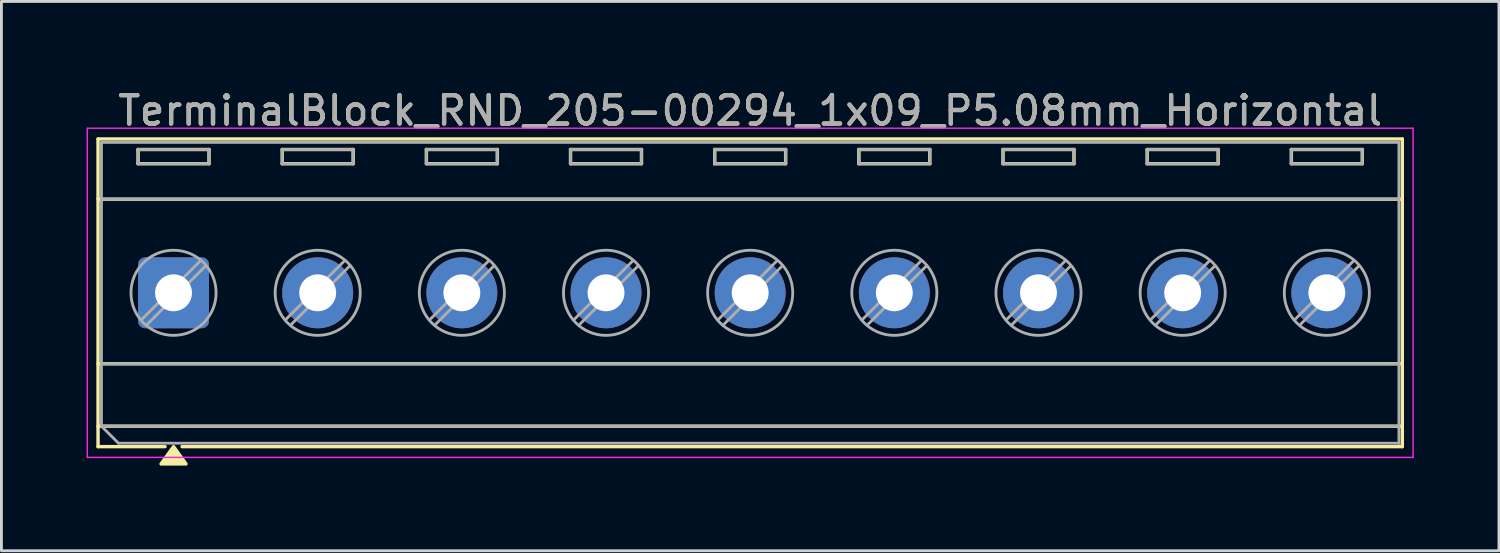
<source format=kicad_pcb>
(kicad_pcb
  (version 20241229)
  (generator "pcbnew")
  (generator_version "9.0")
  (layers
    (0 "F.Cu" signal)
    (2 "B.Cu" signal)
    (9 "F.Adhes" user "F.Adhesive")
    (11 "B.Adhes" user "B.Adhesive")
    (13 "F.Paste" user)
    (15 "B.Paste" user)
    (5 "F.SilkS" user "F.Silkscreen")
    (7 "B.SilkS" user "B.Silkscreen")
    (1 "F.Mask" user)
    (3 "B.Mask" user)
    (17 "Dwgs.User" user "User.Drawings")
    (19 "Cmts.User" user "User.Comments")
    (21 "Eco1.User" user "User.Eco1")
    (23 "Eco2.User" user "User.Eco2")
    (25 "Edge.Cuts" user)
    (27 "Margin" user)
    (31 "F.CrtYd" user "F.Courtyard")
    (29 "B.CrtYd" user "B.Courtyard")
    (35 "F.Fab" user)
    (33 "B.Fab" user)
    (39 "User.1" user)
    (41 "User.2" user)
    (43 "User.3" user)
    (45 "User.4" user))
  (footprint "TerminalBlock_RND_205-00294_1x09_P5.08mm_Horizontal"
    (layer "F.Cu")
    (at 3.065 7.268)
    (property "Reference" "TerminalBlock_RND_205-00294_1x09_P5.08mm_Horizontal" (at 20.32 -6.42 0) (layer "F.SilkS") (effects (font (size 1 1) (thickness 0.15))))
    (attr through_hole)
    (fp_line (start -2.66 -5.42) (end 43.3 -5.42) (stroke (width 0.12) (type solid)) (layer "F.SilkS"))
    (fp_line (start -2.66 -3.3) (end 43.3 -3.3) (stroke (width 0.12) (type solid)) (layer "F.SilkS"))
    (fp_line (start -2.66 2.5) (end 43.3 2.5) (stroke (width 0.12) (type solid)) (layer "F.SilkS"))
    (fp_line (start -2.66 4.7) (end 43.3 4.7) (stroke (width 0.12) (type solid)) (layer "F.SilkS"))
    (fp_line (start -2.66 5.42) (end -2.66 -5.42) (stroke (width 0.12) (type solid)) (layer "F.SilkS"))
    (fp_line (start -1.25 -5.05) (end 1.25 -5.05) (stroke (width 0.12) (type solid)) (layer "F.SilkS"))
    (fp_line (start -1.25 -4.55) (end -1.25 -5.05) (stroke (width 0.12) (type solid)) (layer "F.SilkS"))
    (fp_line (start -0.3 5.42) (end -2.66 5.42) (stroke (width 0.12) (type solid)) (layer "F.SilkS"))
    (fp_line (start 1.25 -5.05) (end 1.25 -4.55) (stroke (width 0.12) (type solid)) (layer "F.SilkS"))
    (fp_line (start 1.25 -4.55) (end -1.25 -4.55) (stroke (width 0.12) (type solid)) (layer "F.SilkS"))
    (fp_line (start 3.83 -5.05) (end 6.33 -5.05) (stroke (width 0.12) (type solid)) (layer "F.SilkS"))
    (fp_line (start 3.83 -4.55) (end 3.83 -5.05) (stroke (width 0.12) (type solid)) (layer "F.SilkS"))
    (fp_line (start 6.33 -5.05) (end 6.33 -4.55) (stroke (width 0.12) (type solid)) (layer "F.SilkS"))
    (fp_line (start 6.33 -4.55) (end 3.83 -4.55) (stroke (width 0.12) (type solid)) (layer "F.SilkS"))
    (fp_line (start 8.91 -5.05) (end 11.41 -5.05) (stroke (width 0.12) (type solid)) (layer "F.SilkS"))
    (fp_line (start 8.91 -4.55) (end 8.91 -5.05) (stroke (width 0.12) (type solid)) (layer "F.SilkS"))
    (fp_line (start 11.41 -5.05) (end 11.41 -4.55) (stroke (width 0.12) (type solid)) (layer "F.SilkS"))
    (fp_line (start 11.41 -4.55) (end 8.91 -4.55) (stroke (width 0.12) (type solid)) (layer "F.SilkS"))
    (fp_line (start 13.99 -5.05) (end 16.49 -5.05) (stroke (width 0.12) (type solid)) (layer "F.SilkS"))
    (fp_line (start 13.99 -4.55) (end 13.99 -5.05) (stroke (width 0.12) (type solid)) (layer "F.SilkS"))
    (fp_line (start 16.49 -5.05) (end 16.49 -4.55) (stroke (width 0.12) (type solid)) (layer "F.SilkS"))
    (fp_line (start 16.49 -4.55) (end 13.99 -4.55) (stroke (width 0.12) (type solid)) (layer "F.SilkS"))
    (fp_line (start 19.07 -5.05) (end 21.57 -5.05) (stroke (width 0.12) (type solid)) (layer "F.SilkS"))
    (fp_line (start 19.07 -4.55) (end 19.07 -5.05) (stroke (width 0.12) (type solid)) (layer "F.SilkS"))
    (fp_line (start 21.57 -5.05) (end 21.57 -4.55) (stroke (width 0.12) (type solid)) (layer "F.SilkS"))
    (fp_line (start 21.57 -4.55) (end 19.07 -4.55) (stroke (width 0.12) (type solid)) (layer "F.SilkS"))
    (fp_line (start 24.15 -5.05) (end 26.65 -5.05) (stroke (width 0.12) (type solid)) (layer "F.SilkS"))
    (fp_line (start 24.15 -4.55) (end 24.15 -5.05) (stroke (width 0.12) (type solid)) (layer "F.SilkS"))
    (fp_line (start 26.65 -5.05) (end 26.65 -4.55) (stroke (width 0.12) (type solid)) (layer "F.SilkS"))
    (fp_line (start 26.65 -4.55) (end 24.15 -4.55) (stroke (width 0.12) (type solid)) (layer "F.SilkS"))
    (fp_line (start 29.23 -5.05) (end 31.73 -5.05) (stroke (width 0.12) (type solid)) (layer "F.SilkS"))
    (fp_line (start 29.23 -4.55) (end 29.23 -5.05) (stroke (width 0.12) (type solid)) (layer "F.SilkS"))
    (fp_line (start 31.73 -5.05) (end 31.73 -4.55) (stroke (width 0.12) (type solid)) (layer "F.SilkS"))
    (fp_line (start 31.73 -4.55) (end 29.23 -4.55) (stroke (width 0.12) (type solid)) (layer "F.SilkS"))
    (fp_line (start 34.31 -5.05) (end 36.81 -5.05) (stroke (width 0.12) (type solid)) (layer "F.SilkS"))
    (fp_line (start 34.31 -4.55) (end 34.31 -5.05) (stroke (width 0.12) (type solid)) (layer "F.SilkS"))
    (fp_line (start 36.81 -5.05) (end 36.81 -4.55) (stroke (width 0.12) (type solid)) (layer "F.SilkS"))
    (fp_line (start 36.81 -4.55) (end 34.31 -4.55) (stroke (width 0.12) (type solid)) (layer "F.SilkS"))
    (fp_line (start 39.39 -5.05) (end 41.89 -5.05) (stroke (width 0.12) (type solid)) (layer "F.SilkS"))
    (fp_line (start 39.39 -4.55) (end 39.39 -5.05) (stroke (width 0.12) (type solid)) (layer "F.SilkS"))
    (fp_line (start 41.89 -5.05) (end 41.89 -4.55) (stroke (width 0.12) (type solid)) (layer "F.SilkS"))
    (fp_line (start 41.89 -4.55) (end 39.39 -4.55) (stroke (width 0.12) (type solid)) (layer "F.SilkS"))
    (fp_line (start 43.3 -5.42) (end 43.3 5.42) (stroke (width 0.12) (type solid)) (layer "F.SilkS"))
    (fp_line (start 43.3 5.42) (end 0.3 5.42) (stroke (width 0.12) (type solid)) (layer "F.SilkS"))
    (fp_poly (pts (xy 0 5.42) (xy 0.44 6.03) (xy -0.44 6.03)) (stroke (width 0.12) (type solid)) (fill yes) (layer "F.SilkS"))
    (fp_line (start -3.04 -5.8) (end -3.04 5.8) (stroke (width 0.05) (type solid)) (layer "F.CrtYd"))
    (fp_line (start -3.04 5.8) (end 43.68 5.8) (stroke (width 0.05) (type solid)) (layer "F.CrtYd"))
    (fp_line (start 43.68 -5.8) (end -3.04 -5.8) (stroke (width 0.05) (type solid)) (layer "F.CrtYd"))
    (fp_line (start 43.68 5.8) (end 43.68 -5.8) (stroke (width 0.05) (type solid)) (layer "F.CrtYd"))
    (fp_line (start -2.54 -5.3) (end 43.18 -5.3) (stroke (width 0.1) (type solid)) (layer "F.Fab"))
    (fp_line (start -2.54 -3.3) (end 43.18 -3.3) (stroke (width 0.1) (type solid)) (layer "F.Fab"))
    (fp_line (start -2.54 2.5) (end 43.18 2.5) (stroke (width 0.1) (type solid)) (layer "F.Fab"))
    (fp_line (start -2.54 4.7) (end -2.54 -5.3) (stroke (width 0.1) (type solid)) (layer "F.Fab"))
    (fp_line (start -2.54 4.7) (end 43.18 4.7) (stroke (width 0.1) (type solid)) (layer "F.Fab"))
    (fp_line (start -1.94 5.3) (end -2.54 4.7) (stroke (width 0.1) (type solid)) (layer "F.Fab"))
    (fp_line (start -1.25 -5.05) (end -1.25 -4.55) (stroke (width 0.1) (type solid)) (layer "F.Fab"))
    (fp_line (start -1.25 -4.55) (end 1.25 -4.55) (stroke (width 0.1) (type solid)) (layer "F.Fab"))
    (fp_line (start 0.955 -1.138) (end -1.138 0.955) (stroke (width 0.1) (type solid)) (layer "F.Fab"))
    (fp_line (start 1.138 -0.955) (end -0.955 1.138) (stroke (width 0.1) (type solid)) (layer "F.Fab"))
    (fp_line (start 1.25 -5.05) (end -1.25 -5.05) (stroke (width 0.1) (type solid)) (layer "F.Fab"))
    (fp_line (start 1.25 -4.55) (end 1.25 -5.05) (stroke (width 0.1) (type solid)) (layer "F.Fab"))
    (fp_line (start 3.83 -5.05) (end 3.83 -4.55) (stroke (width 0.1) (type solid)) (layer "F.Fab"))
    (fp_line (start 3.83 -4.55) (end 6.33 -4.55) (stroke (width 0.1) (type solid)) (layer "F.Fab"))
    (fp_line (start 6.035 -1.138) (end 3.942 0.955) (stroke (width 0.1) (type solid)) (layer "F.Fab"))
    (fp_line (start 6.218 -0.955) (end 4.125 1.138) (stroke (width 0.1) (type solid)) (layer "F.Fab"))
    (fp_line (start 6.33 -5.05) (end 3.83 -5.05) (stroke (width 0.1) (type solid)) (layer "F.Fab"))
    (fp_line (start 6.33 -4.55) (end 6.33 -5.05) (stroke (width 0.1) (type solid)) (layer "F.Fab"))
    (fp_line (start 8.91 -5.05) (end 8.91 -4.55) (stroke (width 0.1) (type solid)) (layer "F.Fab"))
    (fp_line (start 8.91 -4.55) (end 11.41 -4.55) (stroke (width 0.1) (type solid)) (layer "F.Fab"))
    (fp_line (start 11.115 -1.138) (end 9.022 0.955) (stroke (width 0.1) (type solid)) (layer "F.Fab"))
    (fp_line (start 11.298 -0.955) (end 9.205 1.138) (stroke (width 0.1) (type solid)) (layer "F.Fab"))
    (fp_line (start 11.41 -5.05) (end 8.91 -5.05) (stroke (width 0.1) (type solid)) (layer "F.Fab"))
    (fp_line (start 11.41 -4.55) (end 11.41 -5.05) (stroke (width 0.1) (type solid)) (layer "F.Fab"))
    (fp_line (start 13.99 -5.05) (end 13.99 -4.55) (stroke (width 0.1) (type solid)) (layer "F.Fab"))
    (fp_line (start 13.99 -4.55) (end 16.49 -4.55) (stroke (width 0.1) (type solid)) (layer "F.Fab"))
    (fp_line (start 16.195 -1.138) (end 14.102 0.955) (stroke (width 0.1) (type solid)) (layer "F.Fab"))
    (fp_line (start 16.378 -0.955) (end 14.285 1.138) (stroke (width 0.1) (type solid)) (layer "F.Fab"))
    (fp_line (start 16.49 -5.05) (end 13.99 -5.05) (stroke (width 0.1) (type solid)) (layer "F.Fab"))
    (fp_line (start 16.49 -4.55) (end 16.49 -5.05) (stroke (width 0.1) (type solid)) (layer "F.Fab"))
    (fp_line (start 19.07 -5.05) (end 19.07 -4.55) (stroke (width 0.1) (type solid)) (layer "F.Fab"))
    (fp_line (start 19.07 -4.55) (end 21.57 -4.55) (stroke (width 0.1) (type solid)) (layer "F.Fab"))
    (fp_line (start 21.275 -1.138) (end 19.182 0.955) (stroke (width 0.1) (type solid)) (layer "F.Fab"))
    (fp_line (start 21.458 -0.955) (end 19.365 1.138) (stroke (width 0.1) (type solid)) (layer "F.Fab"))
    (fp_line (start 21.57 -5.05) (end 19.07 -5.05) (stroke (width 0.1) (type solid)) (layer "F.Fab"))
    (fp_line (start 21.57 -4.55) (end 21.57 -5.05) (stroke (width 0.1) (type solid)) (layer "F.Fab"))
    (fp_line (start 24.15 -5.05) (end 24.15 -4.55) (stroke (width 0.1) (type solid)) (layer "F.Fab"))
    (fp_line (start 24.15 -4.55) (end 26.65 -4.55) (stroke (width 0.1) (type solid)) (layer "F.Fab"))
    (fp_line (start 26.355 -1.138) (end 24.262 0.955) (stroke (width 0.1) (type solid)) (layer "F.Fab"))
    (fp_line (start 26.538 -0.955) (end 24.445 1.138) (stroke (width 0.1) (type solid)) (layer "F.Fab"))
    (fp_line (start 26.65 -5.05) (end 24.15 -5.05) (stroke (width 0.1) (type solid)) (layer "F.Fab"))
    (fp_line (start 26.65 -4.55) (end 26.65 -5.05) (stroke (width 0.1) (type solid)) (layer "F.Fab"))
    (fp_line (start 29.23 -5.05) (end 29.23 -4.55) (stroke (width 0.1) (type solid)) (layer "F.Fab"))
    (fp_line (start 29.23 -4.55) (end 31.73 -4.55) (stroke (width 0.1) (type solid)) (layer "F.Fab"))
    (fp_line (start 31.435 -1.138) (end 29.342 0.955) (stroke (width 0.1) (type solid)) (layer "F.Fab"))
    (fp_line (start 31.618 -0.955) (end 29.525 1.138) (stroke (width 0.1) (type solid)) (layer "F.Fab"))
    (fp_line (start 31.73 -5.05) (end 29.23 -5.05) (stroke (width 0.1) (type solid)) (layer "F.Fab"))
    (fp_line (start 31.73 -4.55) (end 31.73 -5.05) (stroke (width 0.1) (type solid)) (layer "F.Fab"))
    (fp_line (start 34.31 -5.05) (end 34.31 -4.55) (stroke (width 0.1) (type solid)) (layer "F.Fab"))
    (fp_line (start 34.31 -4.55) (end 36.81 -4.55) (stroke (width 0.1) (type solid)) (layer "F.Fab"))
    (fp_line (start 36.515 -1.138) (end 34.422 0.955) (stroke (width 0.1) (type solid)) (layer "F.Fab"))
    (fp_line (start 36.698 -0.955) (end 34.605 1.138) (stroke (width 0.1) (type solid)) (layer "F.Fab"))
    (fp_line (start 36.81 -5.05) (end 34.31 -5.05) (stroke (width 0.1) (type solid)) (layer "F.Fab"))
    (fp_line (start 36.81 -4.55) (end 36.81 -5.05) (stroke (width 0.1) (type solid)) (layer "F.Fab"))
    (fp_line (start 39.39 -5.05) (end 39.39 -4.55) (stroke (width 0.1) (type solid)) (layer "F.Fab"))
    (fp_line (start 39.39 -4.55) (end 41.89 -4.55) (stroke (width 0.1) (type solid)) (layer "F.Fab"))
    (fp_line (start 41.595 -1.138) (end 39.502 0.955) (stroke (width 0.1) (type solid)) (layer "F.Fab"))
    (fp_line (start 41.778 -0.955) (end 39.685 1.138) (stroke (width 0.1) (type solid)) (layer "F.Fab"))
    (fp_line (start 41.89 -5.05) (end 39.39 -5.05) (stroke (width 0.1) (type solid)) (layer "F.Fab"))
    (fp_line (start 41.89 -4.55) (end 41.89 -5.05) (stroke (width 0.1) (type solid)) (layer "F.Fab"))
    (fp_line (start 43.18 -5.3) (end 43.18 5.3) (stroke (width 0.1) (type solid)) (layer "F.Fab"))
    (fp_line (start 43.18 5.3) (end -1.94 5.3) (stroke (width 0.1) (type solid)) (layer "F.Fab"))
    (fp_circle (center 0 0) (end 1.5 0) (stroke (width 0.1) (type solid)) (fill no) (layer "F.Fab"))
    (fp_circle (center 5.08 0) (end 6.58 0) (stroke (width 0.1) (type solid)) (fill no) (layer "F.Fab"))
    (fp_circle (center 10.16 0) (end 11.66 0) (stroke (width 0.1) (type solid)) (fill no) (layer "F.Fab"))
    (fp_circle (center 15.24 0) (end 16.74 0) (stroke (width 0.1) (type solid)) (fill no) (layer "F.Fab"))
    (fp_circle (center 20.32 0) (end 21.82 0) (stroke (width 0.1) (type solid)) (fill no) (layer "F.Fab"))
    (fp_circle (center 25.4 0) (end 26.9 0) (stroke (width 0.1) (type solid)) (fill no) (layer "F.Fab"))
    (fp_circle (center 30.48 0) (end 31.98 0) (stroke (width 0.1) (type solid)) (fill no) (layer "F.Fab"))
    (fp_circle (center 35.56 0) (end 37.06 0) (stroke (width 0.1) (type solid)) (fill no) (layer "F.Fab"))
    (fp_circle (center 40.64 0) (end 42.14 0) (stroke (width 0.1) (type solid)) (fill no) (layer "F.Fab"))
    (fp_text user "${REFERENCE}" (at 20.32 -6.42 0) (layer "F.Fab") (effects (font (size 1 1) (thickness 0.15))))
    (pad "1" thru_hole roundrect (at 0 0) (size 2.5 2.5) (drill 1.3) (layers "*.Cu" "*.Mask") (roundrect_rratio 0.1))
    (pad "2" thru_hole circle (at 5.08 0) (size 2.5 2.5) (drill 1.3) (layers "*.Cu" "*.Mask"))
    (pad "3" thru_hole circle (at 10.16 0) (size 2.5 2.5) (drill 1.3) (layers "*.Cu" "*.Mask"))
    (pad "4" thru_hole circle (at 15.24 0) (size 2.5 2.5) (drill 1.3) (layers "*.Cu" "*.Mask"))
    (pad "5" thru_hole circle (at 20.32 0) (size 2.5 2.5) (drill 1.3) (layers "*.Cu" "*.Mask"))
    (pad "6" thru_hole circle (at 25.4 0) (size 2.5 2.5) (drill 1.3) (layers "*.Cu" "*.Mask"))
    (pad "7" thru_hole circle (at 30.48 0) (size 2.5 2.5) (drill 1.3) (layers "*.Cu" "*.Mask"))
    (pad "8" thru_hole circle (at 35.56 0) (size 2.5 2.5) (drill 1.3) (layers "*.Cu" "*.Mask"))
    (pad "9" thru_hole circle (at 40.64 0) (size 2.5 2.5) (drill 1.3) (layers "*.Cu" "*.Mask")))
  (gr_rect
    (start -3 -3)
    (end 49.77 16.358)
    (stroke (width 0.1) (type default))
    (fill no)
    (layer "Edge.Cuts")))
</source>
